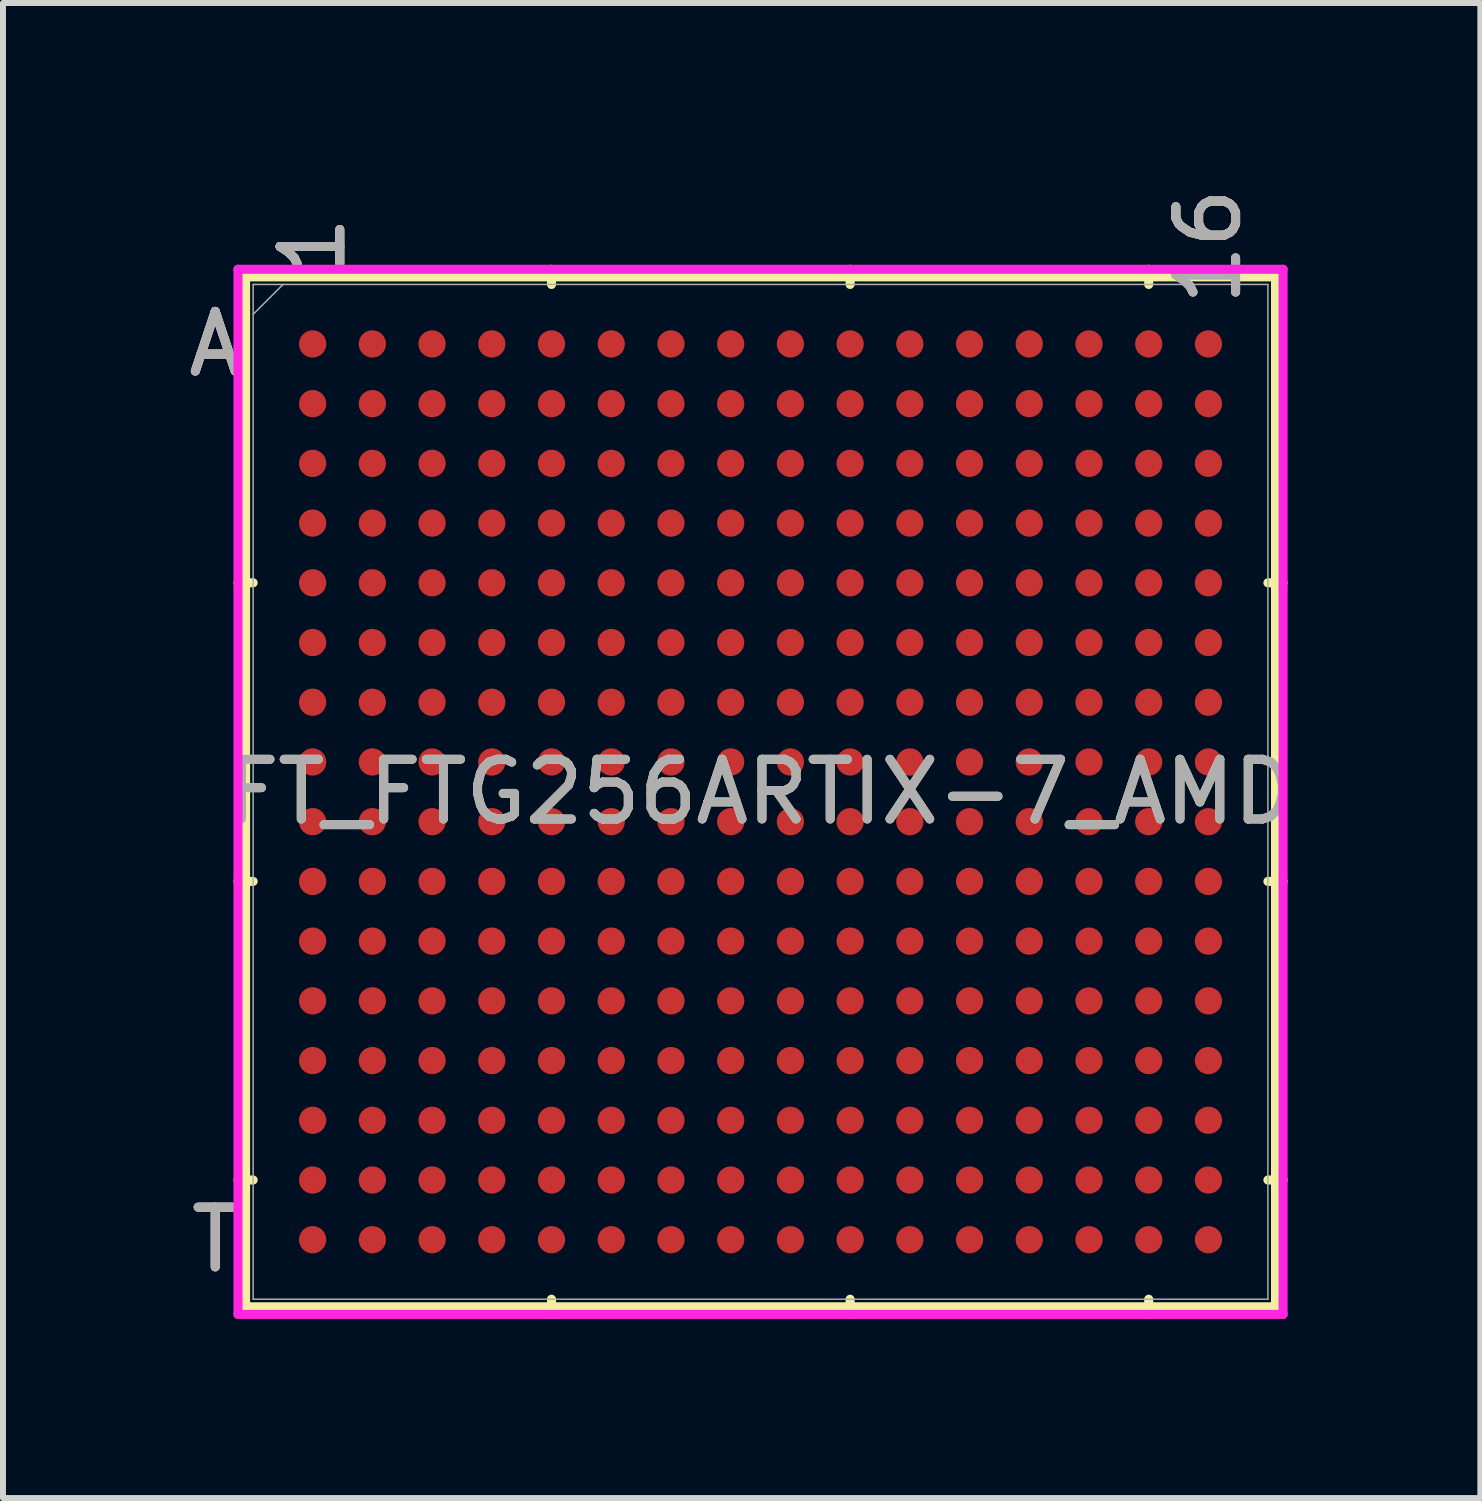
<source format=kicad_pcb>
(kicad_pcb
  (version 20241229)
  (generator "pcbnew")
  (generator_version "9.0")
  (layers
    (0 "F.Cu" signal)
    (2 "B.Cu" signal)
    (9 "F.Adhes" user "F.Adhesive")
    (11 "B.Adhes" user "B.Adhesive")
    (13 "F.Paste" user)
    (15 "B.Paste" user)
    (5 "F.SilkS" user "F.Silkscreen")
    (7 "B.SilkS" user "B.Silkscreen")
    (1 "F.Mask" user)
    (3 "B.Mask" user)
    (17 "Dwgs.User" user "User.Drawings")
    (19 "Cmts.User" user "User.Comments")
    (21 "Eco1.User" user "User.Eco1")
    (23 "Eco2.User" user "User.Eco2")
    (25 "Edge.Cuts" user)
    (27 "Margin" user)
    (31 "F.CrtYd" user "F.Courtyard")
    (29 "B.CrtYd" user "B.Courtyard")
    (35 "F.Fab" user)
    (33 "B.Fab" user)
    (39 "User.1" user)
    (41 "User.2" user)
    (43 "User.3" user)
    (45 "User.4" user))
  (footprint "FT_FTG256ARTIX-7_AMD"
    (layer "F.Cu")
    (at 9.685 10.209)
    (property "Reference" "FT_FTG256ARTIX-7_AMD" (at 0 0 0) (unlocked yes) (layer "F.SilkS") (effects (font (size 1 1) (thickness 0.15))))
    (attr smd)
    (fp_line (start -8.623 -8.623) (end -8.623 8.623) (stroke (width 0.152) (type solid)) (layer "F.SilkS"))
    (fp_line (start -8.623 8.623) (end 8.623 8.623) (stroke (width 0.152) (type solid)) (layer "F.SilkS"))
    (fp_line (start -8.496 -3.5) (end -8.75 -3.5) (stroke (width 0.152) (type solid)) (layer "F.SilkS"))
    (fp_line (start -8.496 1.5) (end -8.75 1.5) (stroke (width 0.152) (type solid)) (layer "F.SilkS"))
    (fp_line (start -8.496 6.5) (end -8.75 6.5) (stroke (width 0.152) (type solid)) (layer "F.SilkS"))
    (fp_line (start -3.5 -8.496) (end -3.5 -8.75) (stroke (width 0.152) (type solid)) (layer "F.SilkS"))
    (fp_line (start -3.5 8.496) (end -3.5 8.75) (stroke (width 0.152) (type solid)) (layer "F.SilkS"))
    (fp_line (start 1.5 -8.496) (end 1.5 -8.75) (stroke (width 0.152) (type solid)) (layer "F.SilkS"))
    (fp_line (start 1.5 8.496) (end 1.5 8.75) (stroke (width 0.152) (type solid)) (layer "F.SilkS"))
    (fp_line (start 6.5 -8.496) (end 6.5 -8.75) (stroke (width 0.152) (type solid)) (layer "F.SilkS"))
    (fp_line (start 6.5 8.496) (end 6.5 8.75) (stroke (width 0.152) (type solid)) (layer "F.SilkS"))
    (fp_line (start 8.496 -3.5) (end 8.75 -3.5) (stroke (width 0.152) (type solid)) (layer "F.SilkS"))
    (fp_line (start 8.496 1.5) (end 8.75 1.5) (stroke (width 0.152) (type solid)) (layer "F.SilkS"))
    (fp_line (start 8.496 6.5) (end 8.75 6.5) (stroke (width 0.152) (type solid)) (layer "F.SilkS"))
    (fp_line (start 8.623 -8.623) (end -8.623 -8.623) (stroke (width 0.152) (type solid)) (layer "F.SilkS"))
    (fp_line (start 8.623 8.623) (end 8.623 -8.623) (stroke (width 0.152) (type solid)) (layer "F.SilkS"))
    (fp_poly (pts (xy -8.508 -8.508) (xy 8.508 -8.508) (xy 8.508 8.508) (xy -8.508 8.508)) (stroke (width 0.1) (type solid)) (fill no) (layer "Eco2.User"))
    (fp_line (start -8.75 -8.75) (end 8.75 -8.75) (stroke (width 0.152) (type solid)) (layer "F.CrtYd"))
    (fp_line (start -8.75 8.75) (end -8.75 -8.75) (stroke (width 0.152) (type solid)) (layer "F.CrtYd"))
    (fp_line (start 8.75 -8.75) (end 8.75 8.75) (stroke (width 0.152) (type solid)) (layer "F.CrtYd"))
    (fp_line (start 8.75 8.75) (end -8.75 8.75) (stroke (width 0.152) (type solid)) (layer "F.CrtYd"))
    (fp_line (start -8.496 -8.496) (end -8.496 8.496) (stroke (width 0.025) (type solid)) (layer "F.Fab"))
    (fp_line (start -8.496 8.496) (end 8.496 8.496) (stroke (width 0.025) (type solid)) (layer "F.Fab"))
    (fp_line (start -7.996 -8.496) (end -8.496 -7.996) (stroke (width 0.025) (type solid)) (layer "F.Fab"))
    (fp_line (start 8.496 -8.496) (end -8.496 -8.496) (stroke (width 0.025) (type solid)) (layer "F.Fab"))
    (fp_line (start 8.496 8.496) (end 8.496 -8.496) (stroke (width 0.025) (type solid)) (layer "F.Fab"))
    (fp_text user "T" (at -9.131 7.5 0) (unlocked yes) (layer "F.SilkS") (effects (font (size 1 1) (thickness 0.15))))
    (fp_text user "A" (at -9.131 -7.5 0) (unlocked yes) (layer "F.SilkS") (effects (font (size 1 1) (thickness 0.15))))
    (fp_text user "1" (at -7.5 -9.131 90) (unlocked yes) (layer "F.SilkS") (effects (font (size 1 1) (thickness 0.15))))
    (fp_text user "16" (at 7.5 -9.131 90) (unlocked yes) (layer "F.SilkS") (effects (font (size 1 1) (thickness 0.15))))
    (fp_text user "1" (at -7.5 -9.131 90) (unlocked yes) (layer "B.SilkS") (effects (font (size 1 1) (thickness 0.15))))
    (fp_text user "T" (at -9.131 7.5 0) (unlocked yes) (layer "B.SilkS") (effects (font (size 1 1) (thickness 0.15))))
    (fp_text user "A" (at -9.131 -7.5 0) (unlocked yes) (layer "B.SilkS") (effects (font (size 1 1) (thickness 0.15))))
    (fp_text user "16" (at 7.5 -9.131 90) (unlocked yes) (layer "B.SilkS") (effects (font (size 1 1) (thickness 0.15))))
    (fp_text user "1" (at -7.5 -9.131 90) (unlocked yes) (layer "F.Fab") (effects (font (size 1 1) (thickness 0.15))))
    (fp_text user "${REFERENCE}" (at 0 0 0) (unlocked yes) (layer "F.Fab") (effects (font (size 1 1) (thickness 0.15))))
    (fp_text user "T" (at -9.131 7.5 0) (unlocked yes) (layer "F.Fab") (effects (font (size 1 1) (thickness 0.15))))
    (fp_text user "16" (at 7.5 -9.131 90) (unlocked yes) (layer "F.Fab") (effects (font (size 1 1) (thickness 0.15))))
    (fp_text user "A" (at -9.131 -7.5 0) (unlocked yes) (layer "F.Fab") (effects (font (size 1 1) (thickness 0.15))))
    (pad "A1" smd circle (at -7.5 -7.5) (size 0.457 0.457) (layers "F.Cu" "F.Mask" "F.Paste"))
    (pad "A2" smd circle (at -6.5 -7.5) (size 0.457 0.457) (layers "F.Cu" "F.Mask" "F.Paste"))
    (pad "A3" smd circle (at -5.5 -7.5) (size 0.457 0.457) (layers "F.Cu" "F.Mask" "F.Paste"))
    (pad "A4" smd circle (at -4.5 -7.5) (size 0.457 0.457) (layers "F.Cu" "F.Mask" "F.Paste"))
    (pad "A5" smd circle (at -3.5 -7.5) (size 0.457 0.457) (layers "F.Cu" "F.Mask" "F.Paste"))
    (pad "A6" smd circle (at -2.5 -7.5) (size 0.457 0.457) (layers "F.Cu" "F.Mask" "F.Paste"))
    (pad "A7" smd circle (at -1.5 -7.5) (size 0.457 0.457) (layers "F.Cu" "F.Mask" "F.Paste"))
    (pad "A8" smd circle (at -0.5 -7.5) (size 0.457 0.457) (layers "F.Cu" "F.Mask" "F.Paste"))
    (pad "A9" smd circle (at 0.5 -7.5) (size 0.457 0.457) (layers "F.Cu" "F.Mask" "F.Paste"))
    (pad "A10" smd circle (at 1.5 -7.5) (size 0.457 0.457) (layers "F.Cu" "F.Mask" "F.Paste"))
    (pad "A11" smd circle (at 2.5 -7.5) (size 0.457 0.457) (layers "F.Cu" "F.Mask" "F.Paste"))
    (pad "A12" smd circle (at 3.5 -7.5) (size 0.457 0.457) (layers "F.Cu" "F.Mask" "F.Paste"))
    (pad "A13" smd circle (at 4.5 -7.5) (size 0.457 0.457) (layers "F.Cu" "F.Mask" "F.Paste"))
    (pad "A14" smd circle (at 5.5 -7.5) (size 0.457 0.457) (layers "F.Cu" "F.Mask" "F.Paste"))
    (pad "A15" smd circle (at 6.5 -7.5) (size 0.457 0.457) (layers "F.Cu" "F.Mask" "F.Paste"))
    (pad "A16" smd circle (at 7.5 -7.5) (size 0.457 0.457) (layers "F.Cu" "F.Mask" "F.Paste"))
    (pad "B1" smd circle (at -7.5 -6.5) (size 0.457 0.457) (layers "F.Cu" "F.Mask" "F.Paste"))
    (pad "B2" smd circle (at -6.5 -6.5) (size 0.457 0.457) (layers "F.Cu" "F.Mask" "F.Paste"))
    (pad "B3" smd circle (at -5.5 -6.5) (size 0.457 0.457) (layers "F.Cu" "F.Mask" "F.Paste"))
    (pad "B4" smd circle (at -4.5 -6.5) (size 0.457 0.457) (layers "F.Cu" "F.Mask" "F.Paste"))
    (pad "B5" smd circle (at -3.5 -6.5) (size 0.457 0.457) (layers "F.Cu" "F.Mask" "F.Paste"))
    (pad "B6" smd circle (at -2.5 -6.5) (size 0.457 0.457) (layers "F.Cu" "F.Mask" "F.Paste"))
    (pad "B7" smd circle (at -1.5 -6.5) (size 0.457 0.457) (layers "F.Cu" "F.Mask" "F.Paste"))
    (pad "B8" smd circle (at -0.5 -6.5) (size 0.457 0.457) (layers "F.Cu" "F.Mask" "F.Paste"))
    (pad "B9" smd circle (at 0.5 -6.5) (size 0.457 0.457) (layers "F.Cu" "F.Mask" "F.Paste"))
    (pad "B10" smd circle (at 1.5 -6.5) (size 0.457 0.457) (layers "F.Cu" "F.Mask" "F.Paste"))
    (pad "B11" smd circle (at 2.5 -6.5) (size 0.457 0.457) (layers "F.Cu" "F.Mask" "F.Paste"))
    (pad "B12" smd circle (at 3.5 -6.5) (size 0.457 0.457) (layers "F.Cu" "F.Mask" "F.Paste"))
    (pad "B13" smd circle (at 4.5 -6.5) (size 0.457 0.457) (layers "F.Cu" "F.Mask" "F.Paste"))
    (pad "B14" smd circle (at 5.5 -6.5) (size 0.457 0.457) (layers "F.Cu" "F.Mask" "F.Paste"))
    (pad "B15" smd circle (at 6.5 -6.5) (size 0.457 0.457) (layers "F.Cu" "F.Mask" "F.Paste"))
    (pad "B16" smd circle (at 7.5 -6.5) (size 0.457 0.457) (layers "F.Cu" "F.Mask" "F.Paste"))
    (pad "C1" smd circle (at -7.5 -5.5) (size 0.457 0.457) (layers "F.Cu" "F.Mask" "F.Paste"))
    (pad "C2" smd circle (at -6.5 -5.5) (size 0.457 0.457) (layers "F.Cu" "F.Mask" "F.Paste"))
    (pad "C3" smd circle (at -5.5 -5.5) (size 0.457 0.457) (layers "F.Cu" "F.Mask" "F.Paste"))
    (pad "C4" smd circle (at -4.5 -5.5) (size 0.457 0.457) (layers "F.Cu" "F.Mask" "F.Paste"))
    (pad "C5" smd circle (at -3.5 -5.5) (size 0.457 0.457) (layers "F.Cu" "F.Mask" "F.Paste"))
    (pad "C6" smd circle (at -2.5 -5.5) (size 0.457 0.457) (layers "F.Cu" "F.Mask" "F.Paste"))
    (pad "C7" smd circle (at -1.5 -5.5) (size 0.457 0.457) (layers "F.Cu" "F.Mask" "F.Paste"))
    (pad "C8" smd circle (at -0.5 -5.5) (size 0.457 0.457) (layers "F.Cu" "F.Mask" "F.Paste"))
    (pad "C9" smd circle (at 0.5 -5.5) (size 0.457 0.457) (layers "F.Cu" "F.Mask" "F.Paste"))
    (pad "C10" smd circle (at 1.5 -5.5) (size 0.457 0.457) (layers "F.Cu" "F.Mask" "F.Paste"))
    (pad "C11" smd circle (at 2.5 -5.5) (size 0.457 0.457) (layers "F.Cu" "F.Mask" "F.Paste"))
    (pad "C12" smd circle (at 3.5 -5.5) (size 0.457 0.457) (layers "F.Cu" "F.Mask" "F.Paste"))
    (pad "C13" smd circle (at 4.5 -5.5) (size 0.457 0.457) (layers "F.Cu" "F.Mask" "F.Paste"))
    (pad "C14" smd circle (at 5.5 -5.5) (size 0.457 0.457) (layers "F.Cu" "F.Mask" "F.Paste"))
    (pad "C15" smd circle (at 6.5 -5.5) (size 0.457 0.457) (layers "F.Cu" "F.Mask" "F.Paste"))
    (pad "C16" smd circle (at 7.5 -5.5) (size 0.457 0.457) (layers "F.Cu" "F.Mask" "F.Paste"))
    (pad "D1" smd circle (at -7.5 -4.5) (size 0.457 0.457) (layers "F.Cu" "F.Mask" "F.Paste"))
    (pad "D2" smd circle (at -6.5 -4.5) (size 0.457 0.457) (layers "F.Cu" "F.Mask" "F.Paste"))
    (pad "D3" smd circle (at -5.5 -4.5) (size 0.457 0.457) (layers "F.Cu" "F.Mask" "F.Paste"))
    (pad "D4" smd circle (at -4.5 -4.5) (size 0.457 0.457) (layers "F.Cu" "F.Mask" "F.Paste"))
    (pad "D5" smd circle (at -3.5 -4.5) (size 0.457 0.457) (layers "F.Cu" "F.Mask" "F.Paste"))
    (pad "D6" smd circle (at -2.5 -4.5) (size 0.457 0.457) (layers "F.Cu" "F.Mask" "F.Paste"))
    (pad "D7" smd circle (at -1.5 -4.5) (size 0.457 0.457) (layers "F.Cu" "F.Mask" "F.Paste"))
    (pad "D8" smd circle (at -0.5 -4.5) (size 0.457 0.457) (layers "F.Cu" "F.Mask" "F.Paste"))
    (pad "D9" smd circle (at 0.5 -4.5) (size 0.457 0.457) (layers "F.Cu" "F.Mask" "F.Paste"))
    (pad "D10" smd circle (at 1.5 -4.5) (size 0.457 0.457) (layers "F.Cu" "F.Mask" "F.Paste"))
    (pad "D11" smd circle (at 2.5 -4.5) (size 0.457 0.457) (layers "F.Cu" "F.Mask" "F.Paste"))
    (pad "D12" smd circle (at 3.5 -4.5) (size 0.457 0.457) (layers "F.Cu" "F.Mask" "F.Paste"))
    (pad "D13" smd circle (at 4.5 -4.5) (size 0.457 0.457) (layers "F.Cu" "F.Mask" "F.Paste"))
    (pad "D14" smd circle (at 5.5 -4.5) (size 0.457 0.457) (layers "F.Cu" "F.Mask" "F.Paste"))
    (pad "D15" smd circle (at 6.5 -4.5) (size 0.457 0.457) (layers "F.Cu" "F.Mask" "F.Paste"))
    (pad "D16" smd circle (at 7.5 -4.5) (size 0.457 0.457) (layers "F.Cu" "F.Mask" "F.Paste"))
    (pad "E1" smd circle (at -7.5 -3.5) (size 0.457 0.457) (layers "F.Cu" "F.Mask" "F.Paste"))
    (pad "E2" smd circle (at -6.5 -3.5) (size 0.457 0.457) (layers "F.Cu" "F.Mask" "F.Paste"))
    (pad "E3" smd circle (at -5.5 -3.5) (size 0.457 0.457) (layers "F.Cu" "F.Mask" "F.Paste"))
    (pad "E4" smd circle (at -4.5 -3.5) (size 0.457 0.457) (layers "F.Cu" "F.Mask" "F.Paste"))
    (pad "E5" smd circle (at -3.5 -3.5) (size 0.457 0.457) (layers "F.Cu" "F.Mask" "F.Paste"))
    (pad "E6" smd circle (at -2.5 -3.5) (size 0.457 0.457) (layers "F.Cu" "F.Mask" "F.Paste"))
    (pad "E7" smd circle (at -1.5 -3.5) (size 0.457 0.457) (layers "F.Cu" "F.Mask" "F.Paste"))
    (pad "E8" smd circle (at -0.5 -3.5) (size 0.457 0.457) (layers "F.Cu" "F.Mask" "F.Paste"))
    (pad "E9" smd circle (at 0.5 -3.5) (size 0.457 0.457) (layers "F.Cu" "F.Mask" "F.Paste"))
    (pad "E10" smd circle (at 1.5 -3.5) (size 0.457 0.457) (layers "F.Cu" "F.Mask" "F.Paste"))
    (pad "E11" smd circle (at 2.5 -3.5) (size 0.457 0.457) (layers "F.Cu" "F.Mask" "F.Paste"))
    (pad "E12" smd circle (at 3.5 -3.5) (size 0.457 0.457) (layers "F.Cu" "F.Mask" "F.Paste"))
    (pad "E13" smd circle (at 4.5 -3.5) (size 0.457 0.457) (layers "F.Cu" "F.Mask" "F.Paste"))
    (pad "E14" smd circle (at 5.5 -3.5) (size 0.457 0.457) (layers "F.Cu" "F.Mask" "F.Paste"))
    (pad "E15" smd circle (at 6.5 -3.5) (size 0.457 0.457) (layers "F.Cu" "F.Mask" "F.Paste"))
    (pad "E16" smd circle (at 7.5 -3.5) (size 0.457 0.457) (layers "F.Cu" "F.Mask" "F.Paste"))
    (pad "F1" smd circle (at -7.5 -2.5) (size 0.457 0.457) (layers "F.Cu" "F.Mask" "F.Paste"))
    (pad "F2" smd circle (at -6.5 -2.5) (size 0.457 0.457) (layers "F.Cu" "F.Mask" "F.Paste"))
    (pad "F3" smd circle (at -5.5 -2.5) (size 0.457 0.457) (layers "F.Cu" "F.Mask" "F.Paste"))
    (pad "F4" smd circle (at -4.5 -2.5) (size 0.457 0.457) (layers "F.Cu" "F.Mask" "F.Paste"))
    (pad "F5" smd circle (at -3.5 -2.5) (size 0.457 0.457) (layers "F.Cu" "F.Mask" "F.Paste"))
    (pad "F6" smd circle (at -2.5 -2.5) (size 0.457 0.457) (layers "F.Cu" "F.Mask" "F.Paste"))
    (pad "F7" smd circle (at -1.5 -2.5) (size 0.457 0.457) (layers "F.Cu" "F.Mask" "F.Paste"))
    (pad "F8" smd circle (at -0.5 -2.5) (size 0.457 0.457) (layers "F.Cu" "F.Mask" "F.Paste"))
    (pad "F9" smd circle (at 0.5 -2.5) (size 0.457 0.457) (layers "F.Cu" "F.Mask" "F.Paste"))
    (pad "F10" smd circle (at 1.5 -2.5) (size 0.457 0.457) (layers "F.Cu" "F.Mask" "F.Paste"))
    (pad "F11" smd circle (at 2.5 -2.5) (size 0.457 0.457) (layers "F.Cu" "F.Mask" "F.Paste"))
    (pad "F12" smd circle (at 3.5 -2.5) (size 0.457 0.457) (layers "F.Cu" "F.Mask" "F.Paste"))
    (pad "F13" smd circle (at 4.5 -2.5) (size 0.457 0.457) (layers "F.Cu" "F.Mask" "F.Paste"))
    (pad "F14" smd circle (at 5.5 -2.5) (size 0.457 0.457) (layers "F.Cu" "F.Mask" "F.Paste"))
    (pad "F15" smd circle (at 6.5 -2.5) (size 0.457 0.457) (layers "F.Cu" "F.Mask" "F.Paste"))
    (pad "F16" smd circle (at 7.5 -2.5) (size 0.457 0.457) (layers "F.Cu" "F.Mask" "F.Paste"))
    (pad "G1" smd circle (at -7.5 -1.5) (size 0.457 0.457) (layers "F.Cu" "F.Mask" "F.Paste"))
    (pad "G2" smd circle (at -6.5 -1.5) (size 0.457 0.457) (layers "F.Cu" "F.Mask" "F.Paste"))
    (pad "G3" smd circle (at -5.5 -1.5) (size 0.457 0.457) (layers "F.Cu" "F.Mask" "F.Paste"))
    (pad "G4" smd circle (at -4.5 -1.5) (size 0.457 0.457) (layers "F.Cu" "F.Mask" "F.Paste"))
    (pad "G5" smd circle (at -3.5 -1.5) (size 0.457 0.457) (layers "F.Cu" "F.Mask" "F.Paste"))
    (pad "G6" smd circle (at -2.5 -1.5) (size 0.457 0.457) (layers "F.Cu" "F.Mask" "F.Paste"))
    (pad "G7" smd circle (at -1.5 -1.5) (size 0.457 0.457) (layers "F.Cu" "F.Mask" "F.Paste"))
    (pad "G8" smd circle (at -0.5 -1.5) (size 0.457 0.457) (layers "F.Cu" "F.Mask" "F.Paste"))
    (pad "G9" smd circle (at 0.5 -1.5) (size 0.457 0.457) (layers "F.Cu" "F.Mask" "F.Paste"))
    (pad "G10" smd circle (at 1.5 -1.5) (size 0.457 0.457) (layers "F.Cu" "F.Mask" "F.Paste"))
    (pad "G11" smd circle (at 2.5 -1.5) (size 0.457 0.457) (layers "F.Cu" "F.Mask" "F.Paste"))
    (pad "G12" smd circle (at 3.5 -1.5) (size 0.457 0.457) (layers "F.Cu" "F.Mask" "F.Paste"))
    (pad "G13" smd circle (at 4.5 -1.5) (size 0.457 0.457) (layers "F.Cu" "F.Mask" "F.Paste"))
    (pad "G14" smd circle (at 5.5 -1.5) (size 0.457 0.457) (layers "F.Cu" "F.Mask" "F.Paste"))
    (pad "G15" smd circle (at 6.5 -1.5) (size 0.457 0.457) (layers "F.Cu" "F.Mask" "F.Paste"))
    (pad "G16" smd circle (at 7.5 -1.5) (size 0.457 0.457) (layers "F.Cu" "F.Mask" "F.Paste"))
    (pad "H1" smd circle (at -7.5 -0.5) (size 0.457 0.457) (layers "F.Cu" "F.Mask" "F.Paste"))
    (pad "H2" smd circle (at -6.5 -0.5) (size 0.457 0.457) (layers "F.Cu" "F.Mask" "F.Paste"))
    (pad "H3" smd circle (at -5.5 -0.5) (size 0.457 0.457) (layers "F.Cu" "F.Mask" "F.Paste"))
    (pad "H4" smd circle (at -4.5 -0.5) (size 0.457 0.457) (layers "F.Cu" "F.Mask" "F.Paste"))
    (pad "H5" smd circle (at -3.5 -0.5) (size 0.457 0.457) (layers "F.Cu" "F.Mask" "F.Paste"))
    (pad "H6" smd circle (at -2.5 -0.5) (size 0.457 0.457) (layers "F.Cu" "F.Mask" "F.Paste"))
    (pad "H7" smd circle (at -1.5 -0.5) (size 0.457 0.457) (layers "F.Cu" "F.Mask" "F.Paste"))
    (pad "H8" smd circle (at -0.5 -0.5) (size 0.457 0.457) (layers "F.Cu" "F.Mask" "F.Paste"))
    (pad "H9" smd circle (at 0.5 -0.5) (size 0.457 0.457) (layers "F.Cu" "F.Mask" "F.Paste"))
    (pad "H10" smd circle (at 1.5 -0.5) (size 0.457 0.457) (layers "F.Cu" "F.Mask" "F.Paste"))
    (pad "H11" smd circle (at 2.5 -0.5) (size 0.457 0.457) (layers "F.Cu" "F.Mask" "F.Paste"))
    (pad "H12" smd circle (at 3.5 -0.5) (size 0.457 0.457) (layers "F.Cu" "F.Mask" "F.Paste"))
    (pad "H13" smd circle (at 4.5 -0.5) (size 0.457 0.457) (layers "F.Cu" "F.Mask" "F.Paste"))
    (pad "H14" smd circle (at 5.5 -0.5) (size 0.457 0.457) (layers "F.Cu" "F.Mask" "F.Paste"))
    (pad "H15" smd circle (at 6.5 -0.5) (size 0.457 0.457) (layers "F.Cu" "F.Mask" "F.Paste"))
    (pad "H16" smd circle (at 7.5 -0.5) (size 0.457 0.457) (layers "F.Cu" "F.Mask" "F.Paste"))
    (pad "J1" smd circle (at -7.5 0.5) (size 0.457 0.457) (layers "F.Cu" "F.Mask" "F.Paste"))
    (pad "J2" smd circle (at -6.5 0.5) (size 0.457 0.457) (layers "F.Cu" "F.Mask" "F.Paste"))
    (pad "J3" smd circle (at -5.5 0.5) (size 0.457 0.457) (layers "F.Cu" "F.Mask" "F.Paste"))
    (pad "J4" smd circle (at -4.5 0.5) (size 0.457 0.457) (layers "F.Cu" "F.Mask" "F.Paste"))
    (pad "J5" smd circle (at -3.5 0.5) (size 0.457 0.457) (layers "F.Cu" "F.Mask" "F.Paste"))
    (pad "J6" smd circle (at -2.5 0.5) (size 0.457 0.457) (layers "F.Cu" "F.Mask" "F.Paste"))
    (pad "J7" smd circle (at -1.5 0.5) (size 0.457 0.457) (layers "F.Cu" "F.Mask" "F.Paste"))
    (pad "J8" smd circle (at -0.5 0.5) (size 0.457 0.457) (layers "F.Cu" "F.Mask" "F.Paste"))
    (pad "J9" smd circle (at 0.5 0.5) (size 0.457 0.457) (layers "F.Cu" "F.Mask" "F.Paste"))
    (pad "J10" smd circle (at 1.5 0.5) (size 0.457 0.457) (layers "F.Cu" "F.Mask" "F.Paste"))
    (pad "J11" smd circle (at 2.5 0.5) (size 0.457 0.457) (layers "F.Cu" "F.Mask" "F.Paste"))
    (pad "J12" smd circle (at 3.5 0.5) (size 0.457 0.457) (layers "F.Cu" "F.Mask" "F.Paste"))
    (pad "J13" smd circle (at 4.5 0.5) (size 0.457 0.457) (layers "F.Cu" "F.Mask" "F.Paste"))
    (pad "J14" smd circle (at 5.5 0.5) (size 0.457 0.457) (layers "F.Cu" "F.Mask" "F.Paste"))
    (pad "J15" smd circle (at 6.5 0.5) (size 0.457 0.457) (layers "F.Cu" "F.Mask" "F.Paste"))
    (pad "J16" smd circle (at 7.5 0.5) (size 0.457 0.457) (layers "F.Cu" "F.Mask" "F.Paste"))
    (pad "K1" smd circle (at -7.5 1.5) (size 0.457 0.457) (layers "F.Cu" "F.Mask" "F.Paste"))
    (pad "K2" smd circle (at -6.5 1.5) (size 0.457 0.457) (layers "F.Cu" "F.Mask" "F.Paste"))
    (pad "K3" smd circle (at -5.5 1.5) (size 0.457 0.457) (layers "F.Cu" "F.Mask" "F.Paste"))
    (pad "K4" smd circle (at -4.5 1.5) (size 0.457 0.457) (layers "F.Cu" "F.Mask" "F.Paste"))
    (pad "K5" smd circle (at -3.5 1.5) (size 0.457 0.457) (layers "F.Cu" "F.Mask" "F.Paste"))
    (pad "K6" smd circle (at -2.5 1.5) (size 0.457 0.457) (layers "F.Cu" "F.Mask" "F.Paste"))
    (pad "K7" smd circle (at -1.5 1.5) (size 0.457 0.457) (layers "F.Cu" "F.Mask" "F.Paste"))
    (pad "K8" smd circle (at -0.5 1.5) (size 0.457 0.457) (layers "F.Cu" "F.Mask" "F.Paste"))
    (pad "K9" smd circle (at 0.5 1.5) (size 0.457 0.457) (layers "F.Cu" "F.Mask" "F.Paste"))
    (pad "K10" smd circle (at 1.5 1.5) (size 0.457 0.457) (layers "F.Cu" "F.Mask" "F.Paste"))
    (pad "K11" smd circle (at 2.5 1.5) (size 0.457 0.457) (layers "F.Cu" "F.Mask" "F.Paste"))
    (pad "K12" smd circle (at 3.5 1.5) (size 0.457 0.457) (layers "F.Cu" "F.Mask" "F.Paste"))
    (pad "K13" smd circle (at 4.5 1.5) (size 0.457 0.457) (layers "F.Cu" "F.Mask" "F.Paste"))
    (pad "K14" smd circle (at 5.5 1.5) (size 0.457 0.457) (layers "F.Cu" "F.Mask" "F.Paste"))
    (pad "K15" smd circle (at 6.5 1.5) (size 0.457 0.457) (layers "F.Cu" "F.Mask" "F.Paste"))
    (pad "K16" smd circle (at 7.5 1.5) (size 0.457 0.457) (layers "F.Cu" "F.Mask" "F.Paste"))
    (pad "L1" smd circle (at -7.5 2.5) (size 0.457 0.457) (layers "F.Cu" "F.Mask" "F.Paste"))
    (pad "L2" smd circle (at -6.5 2.5) (size 0.457 0.457) (layers "F.Cu" "F.Mask" "F.Paste"))
    (pad "L3" smd circle (at -5.5 2.5) (size 0.457 0.457) (layers "F.Cu" "F.Mask" "F.Paste"))
    (pad "L4" smd circle (at -4.5 2.5) (size 0.457 0.457) (layers "F.Cu" "F.Mask" "F.Paste"))
    (pad "L5" smd circle (at -3.5 2.5) (size 0.457 0.457) (layers "F.Cu" "F.Mask" "F.Paste"))
    (pad "L6" smd circle (at -2.5 2.5) (size 0.457 0.457) (layers "F.Cu" "F.Mask" "F.Paste"))
    (pad "L7" smd circle (at -1.5 2.5) (size 0.457 0.457) (layers "F.Cu" "F.Mask" "F.Paste"))
    (pad "L8" smd circle (at -0.5 2.5) (size 0.457 0.457) (layers "F.Cu" "F.Mask" "F.Paste"))
    (pad "L9" smd circle (at 0.5 2.5) (size 0.457 0.457) (layers "F.Cu" "F.Mask" "F.Paste"))
    (pad "L10" smd circle (at 1.5 2.5) (size 0.457 0.457) (layers "F.Cu" "F.Mask" "F.Paste"))
    (pad "L11" smd circle (at 2.5 2.5) (size 0.457 0.457) (layers "F.Cu" "F.Mask" "F.Paste"))
    (pad "L12" smd circle (at 3.5 2.5) (size 0.457 0.457) (layers "F.Cu" "F.Mask" "F.Paste"))
    (pad "L13" smd circle (at 4.5 2.5) (size 0.457 0.457) (layers "F.Cu" "F.Mask" "F.Paste"))
    (pad "L14" smd circle (at 5.5 2.5) (size 0.457 0.457) (layers "F.Cu" "F.Mask" "F.Paste"))
    (pad "L15" smd circle (at 6.5 2.5) (size 0.457 0.457) (layers "F.Cu" "F.Mask" "F.Paste"))
    (pad "L16" smd circle (at 7.5 2.5) (size 0.457 0.457) (layers "F.Cu" "F.Mask" "F.Paste"))
    (pad "M1" smd circle (at -7.5 3.5) (size 0.457 0.457) (layers "F.Cu" "F.Mask" "F.Paste"))
    (pad "M2" smd circle (at -6.5 3.5) (size 0.457 0.457) (layers "F.Cu" "F.Mask" "F.Paste"))
    (pad "M3" smd circle (at -5.5 3.5) (size 0.457 0.457) (layers "F.Cu" "F.Mask" "F.Paste"))
    (pad "M4" smd circle (at -4.5 3.5) (size 0.457 0.457) (layers "F.Cu" "F.Mask" "F.Paste"))
    (pad "M5" smd circle (at -3.5 3.5) (size 0.457 0.457) (layers "F.Cu" "F.Mask" "F.Paste"))
    (pad "M6" smd circle (at -2.5 3.5) (size 0.457 0.457) (layers "F.Cu" "F.Mask" "F.Paste"))
    (pad "M7" smd circle (at -1.5 3.5) (size 0.457 0.457) (layers "F.Cu" "F.Mask" "F.Paste"))
    (pad "M8" smd circle (at -0.5 3.5) (size 0.457 0.457) (layers "F.Cu" "F.Mask" "F.Paste"))
    (pad "M9" smd circle (at 0.5 3.5) (size 0.457 0.457) (layers "F.Cu" "F.Mask" "F.Paste"))
    (pad "M10" smd circle (at 1.5 3.5) (size 0.457 0.457) (layers "F.Cu" "F.Mask" "F.Paste"))
    (pad "M11" smd circle (at 2.5 3.5) (size 0.457 0.457) (layers "F.Cu" "F.Mask" "F.Paste"))
    (pad "M12" smd circle (at 3.5 3.5) (size 0.457 0.457) (layers "F.Cu" "F.Mask" "F.Paste"))
    (pad "M13" smd circle (at 4.5 3.5) (size 0.457 0.457) (layers "F.Cu" "F.Mask" "F.Paste"))
    (pad "M14" smd circle (at 5.5 3.5) (size 0.457 0.457) (layers "F.Cu" "F.Mask" "F.Paste"))
    (pad "M15" smd circle (at 6.5 3.5) (size 0.457 0.457) (layers "F.Cu" "F.Mask" "F.Paste"))
    (pad "M16" smd circle (at 7.5 3.5) (size 0.457 0.457) (layers "F.Cu" "F.Mask" "F.Paste"))
    (pad "N1" smd circle (at -7.5 4.5) (size 0.457 0.457) (layers "F.Cu" "F.Mask" "F.Paste"))
    (pad "N2" smd circle (at -6.5 4.5) (size 0.457 0.457) (layers "F.Cu" "F.Mask" "F.Paste"))
    (pad "N3" smd circle (at -5.5 4.5) (size 0.457 0.457) (layers "F.Cu" "F.Mask" "F.Paste"))
    (pad "N4" smd circle (at -4.5 4.5) (size 0.457 0.457) (layers "F.Cu" "F.Mask" "F.Paste"))
    (pad "N5" smd circle (at -3.5 4.5) (size 0.457 0.457) (layers "F.Cu" "F.Mask" "F.Paste"))
    (pad "N6" smd circle (at -2.5 4.5) (size 0.457 0.457) (layers "F.Cu" "F.Mask" "F.Paste"))
    (pad "N7" smd circle (at -1.5 4.5) (size 0.457 0.457) (layers "F.Cu" "F.Mask" "F.Paste"))
    (pad "N8" smd circle (at -0.5 4.5) (size 0.457 0.457) (layers "F.Cu" "F.Mask" "F.Paste"))
    (pad "N9" smd circle (at 0.5 4.5) (size 0.457 0.457) (layers "F.Cu" "F.Mask" "F.Paste"))
    (pad "N10" smd circle (at 1.5 4.5) (size 0.457 0.457) (layers "F.Cu" "F.Mask" "F.Paste"))
    (pad "N11" smd circle (at 2.5 4.5) (size 0.457 0.457) (layers "F.Cu" "F.Mask" "F.Paste"))
    (pad "N12" smd circle (at 3.5 4.5) (size 0.457 0.457) (layers "F.Cu" "F.Mask" "F.Paste"))
    (pad "N13" smd circle (at 4.5 4.5) (size 0.457 0.457) (layers "F.Cu" "F.Mask" "F.Paste"))
    (pad "N14" smd circle (at 5.5 4.5) (size 0.457 0.457) (layers "F.Cu" "F.Mask" "F.Paste"))
    (pad "N15" smd circle (at 6.5 4.5) (size 0.457 0.457) (layers "F.Cu" "F.Mask" "F.Paste"))
    (pad "N16" smd circle (at 7.5 4.5) (size 0.457 0.457) (layers "F.Cu" "F.Mask" "F.Paste"))
    (pad "P1" smd circle (at -7.5 5.5) (size 0.457 0.457) (layers "F.Cu" "F.Mask" "F.Paste"))
    (pad "P2" smd circle (at -6.5 5.5) (size 0.457 0.457) (layers "F.Cu" "F.Mask" "F.Paste"))
    (pad "P3" smd circle (at -5.5 5.5) (size 0.457 0.457) (layers "F.Cu" "F.Mask" "F.Paste"))
    (pad "P4" smd circle (at -4.5 5.5) (size 0.457 0.457) (layers "F.Cu" "F.Mask" "F.Paste"))
    (pad "P5" smd circle (at -3.5 5.5) (size 0.457 0.457) (layers "F.Cu" "F.Mask" "F.Paste"))
    (pad "P6" smd circle (at -2.5 5.5) (size 0.457 0.457) (layers "F.Cu" "F.Mask" "F.Paste"))
    (pad "P7" smd circle (at -1.5 5.5) (size 0.457 0.457) (layers "F.Cu" "F.Mask" "F.Paste"))
    (pad "P8" smd circle (at -0.5 5.5) (size 0.457 0.457) (layers "F.Cu" "F.Mask" "F.Paste"))
    (pad "P9" smd circle (at 0.5 5.5) (size 0.457 0.457) (layers "F.Cu" "F.Mask" "F.Paste"))
    (pad "P10" smd circle (at 1.5 5.5) (size 0.457 0.457) (layers "F.Cu" "F.Mask" "F.Paste"))
    (pad "P11" smd circle (at 2.5 5.5) (size 0.457 0.457) (layers "F.Cu" "F.Mask" "F.Paste"))
    (pad "P12" smd circle (at 3.5 5.5) (size 0.457 0.457) (layers "F.Cu" "F.Mask" "F.Paste"))
    (pad "P13" smd circle (at 4.5 5.5) (size 0.457 0.457) (layers "F.Cu" "F.Mask" "F.Paste"))
    (pad "P14" smd circle (at 5.5 5.5) (size 0.457 0.457) (layers "F.Cu" "F.Mask" "F.Paste"))
    (pad "P15" smd circle (at 6.5 5.5) (size 0.457 0.457) (layers "F.Cu" "F.Mask" "F.Paste"))
    (pad "P16" smd circle (at 7.5 5.5) (size 0.457 0.457) (layers "F.Cu" "F.Mask" "F.Paste"))
    (pad "R1" smd circle (at -7.5 6.5) (size 0.457 0.457) (layers "F.Cu" "F.Mask" "F.Paste"))
    (pad "R2" smd circle (at -6.5 6.5) (size 0.457 0.457) (layers "F.Cu" "F.Mask" "F.Paste"))
    (pad "R3" smd circle (at -5.5 6.5) (size 0.457 0.457) (layers "F.Cu" "F.Mask" "F.Paste"))
    (pad "R4" smd circle (at -4.5 6.5) (size 0.457 0.457) (layers "F.Cu" "F.Mask" "F.Paste"))
    (pad "R5" smd circle (at -3.5 6.5) (size 0.457 0.457) (layers "F.Cu" "F.Mask" "F.Paste"))
    (pad "R6" smd circle (at -2.5 6.5) (size 0.457 0.457) (layers "F.Cu" "F.Mask" "F.Paste"))
    (pad "R7" smd circle (at -1.5 6.5) (size 0.457 0.457) (layers "F.Cu" "F.Mask" "F.Paste"))
    (pad "R8" smd circle (at -0.5 6.5) (size 0.457 0.457) (layers "F.Cu" "F.Mask" "F.Paste"))
    (pad "R9" smd circle (at 0.5 6.5) (size 0.457 0.457) (layers "F.Cu" "F.Mask" "F.Paste"))
    (pad "R10" smd circle (at 1.5 6.5) (size 0.457 0.457) (layers "F.Cu" "F.Mask" "F.Paste"))
    (pad "R11" smd circle (at 2.5 6.5) (size 0.457 0.457) (layers "F.Cu" "F.Mask" "F.Paste"))
    (pad "R12" smd circle (at 3.5 6.5) (size 0.457 0.457) (layers "F.Cu" "F.Mask" "F.Paste"))
    (pad "R13" smd circle (at 4.5 6.5) (size 0.457 0.457) (layers "F.Cu" "F.Mask" "F.Paste"))
    (pad "R14" smd circle (at 5.5 6.5) (size 0.457 0.457) (layers "F.Cu" "F.Mask" "F.Paste"))
    (pad "R15" smd circle (at 6.5 6.5) (size 0.457 0.457) (layers "F.Cu" "F.Mask" "F.Paste"))
    (pad "R16" smd circle (at 7.5 6.5) (size 0.457 0.457) (layers "F.Cu" "F.Mask" "F.Paste"))
    (pad "T1" smd circle (at -7.5 7.5) (size 0.457 0.457) (layers "F.Cu" "F.Mask" "F.Paste"))
    (pad "T2" smd circle (at -6.5 7.5) (size 0.457 0.457) (layers "F.Cu" "F.Mask" "F.Paste"))
    (pad "T3" smd circle (at -5.5 7.5) (size 0.457 0.457) (layers "F.Cu" "F.Mask" "F.Paste"))
    (pad "T4" smd circle (at -4.5 7.5) (size 0.457 0.457) (layers "F.Cu" "F.Mask" "F.Paste"))
    (pad "T5" smd circle (at -3.5 7.5) (size 0.457 0.457) (layers "F.Cu" "F.Mask" "F.Paste"))
    (pad "T6" smd circle (at -2.5 7.5) (size 0.457 0.457) (layers "F.Cu" "F.Mask" "F.Paste"))
    (pad "T7" smd circle (at -1.5 7.5) (size 0.457 0.457) (layers "F.Cu" "F.Mask" "F.Paste"))
    (pad "T8" smd circle (at -0.5 7.5) (size 0.457 0.457) (layers "F.Cu" "F.Mask" "F.Paste"))
    (pad "T9" smd circle (at 0.5 7.5) (size 0.457 0.457) (layers "F.Cu" "F.Mask" "F.Paste"))
    (pad "T10" smd circle (at 1.5 7.5) (size 0.457 0.457) (layers "F.Cu" "F.Mask" "F.Paste"))
    (pad "T11" smd circle (at 2.5 7.5) (size 0.457 0.457) (layers "F.Cu" "F.Mask" "F.Paste"))
    (pad "T12" smd circle (at 3.5 7.5) (size 0.457 0.457) (layers "F.Cu" "F.Mask" "F.Paste"))
    (pad "T13" smd circle (at 4.5 7.5) (size 0.457 0.457) (layers "F.Cu" "F.Mask" "F.Paste"))
    (pad "T14" smd circle (at 5.5 7.5) (size 0.457 0.457) (layers "F.Cu" "F.Mask" "F.Paste"))
    (pad "T15" smd circle (at 6.5 7.5) (size 0.457 0.457) (layers "F.Cu" "F.Mask" "F.Paste"))
    (pad "T16" smd circle (at 7.5 7.5) (size 0.457 0.457) (layers "F.Cu" "F.Mask" "F.Paste")))
  (gr_rect
    (start -3 -3)
    (end 21.738 22.035)
    (stroke (width 0.1) (type default))
    (fill no)
    (layer "Edge.Cuts")))
</source>
